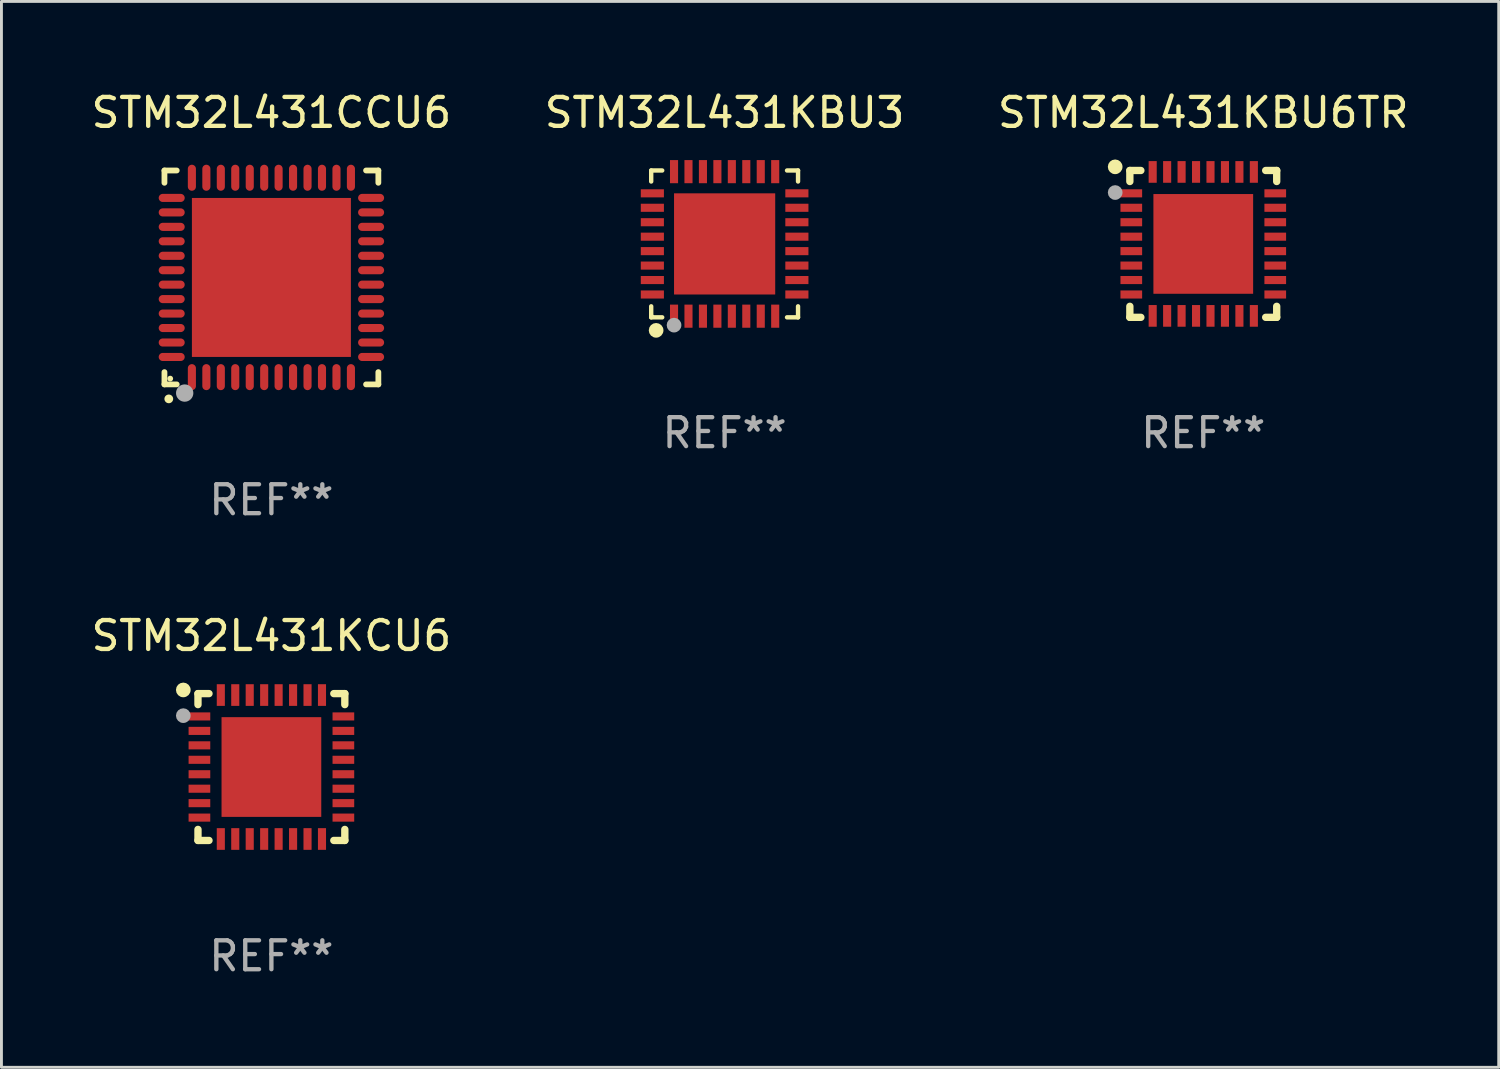
<source format=kicad_pcb>
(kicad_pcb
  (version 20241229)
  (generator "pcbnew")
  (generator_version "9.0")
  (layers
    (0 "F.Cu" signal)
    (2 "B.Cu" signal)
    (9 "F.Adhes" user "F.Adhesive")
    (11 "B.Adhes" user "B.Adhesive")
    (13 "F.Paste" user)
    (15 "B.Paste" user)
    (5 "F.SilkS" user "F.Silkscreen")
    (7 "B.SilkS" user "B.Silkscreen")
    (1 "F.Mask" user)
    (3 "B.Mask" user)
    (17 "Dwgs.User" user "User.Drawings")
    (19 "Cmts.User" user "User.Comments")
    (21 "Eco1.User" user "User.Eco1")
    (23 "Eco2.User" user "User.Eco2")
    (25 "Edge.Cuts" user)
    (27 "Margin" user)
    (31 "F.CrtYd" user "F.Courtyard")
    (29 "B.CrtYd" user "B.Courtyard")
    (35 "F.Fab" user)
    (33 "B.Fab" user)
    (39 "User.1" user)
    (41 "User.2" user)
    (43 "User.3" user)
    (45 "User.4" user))
  (footprint "STM32L431KBU3"
    (layer "F.Cu")
    (at 22.018 5.388)
    (property "Reference" "STM32L431KBU3" (at 0 -4.54 0) (layer "F.SilkS") (effects (font (size 1 1) (thickness 0.15))))
    (attr through_hole)
    (fp_line (start -2.54 -2.54) (end -2.159 -2.54) (stroke (width 0.152) (type solid)) (layer "F.SilkS"))
    (fp_line (start -2.54 -2.159) (end -2.54 -2.54) (stroke (width 0.152) (type solid)) (layer "F.SilkS"))
    (fp_line (start -2.54 2.54) (end -2.54 2.159) (stroke (width 0.152) (type solid)) (layer "F.SilkS"))
    (fp_line (start -2.159 2.54) (end -2.54 2.54) (stroke (width 0.152) (type solid)) (layer "F.SilkS"))
    (fp_line (start 2.159 -2.54) (end 2.54 -2.54) (stroke (width 0.152) (type solid)) (layer "F.SilkS"))
    (fp_line (start 2.54 -2.54) (end 2.54 -2.159) (stroke (width 0.152) (type solid)) (layer "F.SilkS"))
    (fp_line (start 2.54 2.159) (end 2.54 2.54) (stroke (width 0.152) (type solid)) (layer "F.SilkS"))
    (fp_line (start 2.54 2.54) (end 2.159 2.54) (stroke (width 0.152) (type solid)) (layer "F.SilkS"))
    (fp_circle (center -2.5 2.5) (end -2.47 2.5) (stroke (width 0.06) (type solid)) (fill no) (layer "F.SilkS"))
    (fp_circle (center -2.37 2.99) (end -2.243 2.99) (stroke (width 0.254) (type solid)) (fill no) (layer "F.SilkS"))
    (fp_circle (center -1.75 2.81) (end -1.623 2.81) (stroke (width 0.254) (type solid)) (fill no) (layer "F.Fab"))
    (fp_text user "REF**" (at 0 6.54 0) (layer "F.Fab") (effects (font (size 1 1) (thickness 0.15))))
    (pad "1" smd rect (at -1.75 2.5) (size 0.28 0.8) (layers "F.Cu" "F.Mask" "F.Paste"))
    (pad "2" smd rect (at -1.25 2.5) (size 0.28 0.8) (layers "F.Cu" "F.Mask" "F.Paste"))
    (pad "3" smd rect (at -0.75 2.5) (size 0.28 0.8) (layers "F.Cu" "F.Mask" "F.Paste"))
    (pad "4" smd rect (at -0.25 2.5) (size 0.28 0.8) (layers "F.Cu" "F.Mask" "F.Paste"))
    (pad "5" smd rect (at 0.25 2.5) (size 0.28 0.8) (layers "F.Cu" "F.Mask" "F.Paste"))
    (pad "6" smd rect (at 0.75 2.5) (size 0.28 0.8) (layers "F.Cu" "F.Mask" "F.Paste"))
    (pad "7" smd rect (at 1.25 2.5) (size 0.28 0.8) (layers "F.Cu" "F.Mask" "F.Paste"))
    (pad "8" smd rect (at 1.75 2.5) (size 0.28 0.8) (layers "F.Cu" "F.Mask" "F.Paste"))
    (pad "9" smd rect (at 2.5 1.75) (size 0.8 0.28) (layers "F.Cu" "F.Mask" "F.Paste"))
    (pad "10" smd rect (at 2.5 1.25) (size 0.8 0.28) (layers "F.Cu" "F.Mask" "F.Paste"))
    (pad "11" smd rect (at 2.5 0.75) (size 0.8 0.28) (layers "F.Cu" "F.Mask" "F.Paste"))
    (pad "12" smd rect (at 2.5 0.25) (size 0.8 0.28) (layers "F.Cu" "F.Mask" "F.Paste"))
    (pad "13" smd rect (at 2.5 -0.25) (size 0.8 0.28) (layers "F.Cu" "F.Mask" "F.Paste"))
    (pad "14" smd rect (at 2.5 -0.75) (size 0.8 0.28) (layers "F.Cu" "F.Mask" "F.Paste"))
    (pad "15" smd rect (at 2.5 -1.25) (size 0.8 0.28) (layers "F.Cu" "F.Mask" "F.Paste"))
    (pad "16" smd rect (at 2.5 -1.75) (size 0.8 0.28) (layers "F.Cu" "F.Mask" "F.Paste"))
    (pad "17" smd rect (at 1.75 -2.5) (size 0.28 0.8) (layers "F.Cu" "F.Mask" "F.Paste"))
    (pad "18" smd rect (at 1.25 -2.5) (size 0.28 0.8) (layers "F.Cu" "F.Mask" "F.Paste"))
    (pad "19" smd rect (at 0.75 -2.5) (size 0.28 0.8) (layers "F.Cu" "F.Mask" "F.Paste"))
    (pad "20" smd rect (at 0.25 -2.5) (size 0.28 0.8) (layers "F.Cu" "F.Mask" "F.Paste"))
    (pad "21" smd rect (at -0.25 -2.5) (size 0.28 0.8) (layers "F.Cu" "F.Mask" "F.Paste"))
    (pad "22" smd rect (at -0.75 -2.5) (size 0.28 0.8) (layers "F.Cu" "F.Mask" "F.Paste"))
    (pad "23" smd rect (at -1.25 -2.5) (size 0.28 0.8) (layers "F.Cu" "F.Mask" "F.Paste"))
    (pad "24" smd rect (at -1.75 -2.5) (size 0.28 0.8) (layers "F.Cu" "F.Mask" "F.Paste"))
    (pad "25" smd rect (at -2.5 -1.75) (size 0.8 0.28) (layers "F.Cu" "F.Mask" "F.Paste"))
    (pad "26" smd rect (at -2.5 -1.25) (size 0.8 0.28) (layers "F.Cu" "F.Mask" "F.Paste"))
    (pad "27" smd rect (at -2.5 -0.75) (size 0.8 0.28) (layers "F.Cu" "F.Mask" "F.Paste"))
    (pad "28" smd rect (at -2.5 -0.25) (size 0.8 0.28) (layers "F.Cu" "F.Mask" "F.Paste"))
    (pad "29" smd rect (at -2.5 0.25) (size 0.8 0.28) (layers "F.Cu" "F.Mask" "F.Paste"))
    (pad "30" smd rect (at -2.5 0.75) (size 0.8 0.28) (layers "F.Cu" "F.Mask" "F.Paste"))
    (pad "31" smd rect (at -2.5 1.25) (size 0.8 0.28) (layers "F.Cu" "F.Mask" "F.Paste"))
    (pad "32" smd rect (at -2.5 1.75) (size 0.8 0.28) (layers "F.Cu" "F.Mask" "F.Paste"))
    (pad "33" smd rect (at 0.000127 0.000127) (size 3.5 3.5) (layers "F.Cu" "F.Mask" "F.Paste")))
  (footprint "STM32L431KCU6"
    (layer "F.Cu")
    (at 6.339 23.485)
    (property "Reference" "STM32L431KCU6" (at 0 -4.54 0) (layer "F.SilkS") (effects (font (size 1 1) (thickness 0.15))))
    (attr through_hole)
    (fp_line (start -2.54 -2.54) (end -2.159 -2.54) (stroke (width 0.254) (type solid)) (layer "F.SilkS"))
    (fp_line (start -2.54 -2.159) (end -2.54 -2.54) (stroke (width 0.254) (type solid)) (layer "F.SilkS"))
    (fp_line (start -2.54 2.54) (end -2.54 2.159) (stroke (width 0.254) (type solid)) (layer "F.SilkS"))
    (fp_line (start -2.159 2.54) (end -2.54 2.54) (stroke (width 0.254) (type solid)) (layer "F.SilkS"))
    (fp_line (start 2.159 -2.54) (end 2.54 -2.54) (stroke (width 0.254) (type solid)) (layer "F.SilkS"))
    (fp_line (start 2.54 -2.54) (end 2.54 -2.159) (stroke (width 0.254) (type solid)) (layer "F.SilkS"))
    (fp_line (start 2.54 2.159) (end 2.54 2.54) (stroke (width 0.254) (type solid)) (layer "F.SilkS"))
    (fp_line (start 2.54 2.54) (end 2.159 2.54) (stroke (width 0.254) (type solid)) (layer "F.SilkS"))
    (fp_circle (center -3.048 -2.667) (end -2.921 -2.667) (stroke (width 0.254) (type solid)) (fill no) (layer "F.SilkS"))
    (fp_circle (center -2.5 -2.5) (end -2.47 -2.5) (stroke (width 0.06) (type solid)) (fill no) (layer "F.SilkS"))
    (fp_circle (center -3.048 -1.778) (end -2.921 -1.778) (stroke (width 0.254) (type solid)) (fill no) (layer "F.Fab"))
    (fp_text user "REF**" (at 0 6.54 0) (layer "F.Fab") (effects (font (size 1 1) (thickness 0.15))))
    (pad "1" smd rect (at -2.49 -1.75) (size 0.75 0.28) (layers "F.Cu" "F.Mask" "F.Paste"))
    (pad "2" smd rect (at -2.49 -1.25) (size 0.75 0.28) (layers "F.Cu" "F.Mask" "F.Paste"))
    (pad "3" smd rect (at -2.49 -0.75) (size 0.75 0.28) (layers "F.Cu" "F.Mask" "F.Paste"))
    (pad "4" smd rect (at -2.49 -0.25) (size 0.75 0.28) (layers "F.Cu" "F.Mask" "F.Paste"))
    (pad "5" smd rect (at -2.49 0.25) (size 0.75 0.28) (layers "F.Cu" "F.Mask" "F.Paste"))
    (pad "6" smd rect (at -2.49 0.75) (size 0.75 0.28) (layers "F.Cu" "F.Mask" "F.Paste"))
    (pad "7" smd rect (at -2.49 1.25) (size 0.75 0.28) (layers "F.Cu" "F.Mask" "F.Paste"))
    (pad "8" smd rect (at -2.49 1.75) (size 0.75 0.28) (layers "F.Cu" "F.Mask" "F.Paste"))
    (pad "9" smd rect (at -1.75 2.49) (size 0.28 0.75) (layers "F.Cu" "F.Mask" "F.Paste"))
    (pad "10" smd rect (at -1.25 2.49) (size 0.28 0.75) (layers "F.Cu" "F.Mask" "F.Paste"))
    (pad "11" smd rect (at -0.75 2.49) (size 0.28 0.75) (layers "F.Cu" "F.Mask" "F.Paste"))
    (pad "12" smd rect (at -0.25 2.49) (size 0.28 0.75) (layers "F.Cu" "F.Mask" "F.Paste"))
    (pad "13" smd rect (at 0.25 2.49) (size 0.28 0.75) (layers "F.Cu" "F.Mask" "F.Paste"))
    (pad "14" smd rect (at 0.75 2.49) (size 0.28 0.75) (layers "F.Cu" "F.Mask" "F.Paste"))
    (pad "15" smd rect (at 1.25 2.49) (size 0.28 0.75) (layers "F.Cu" "F.Mask" "F.Paste"))
    (pad "16" smd rect (at 1.75 2.49) (size 0.28 0.75) (layers "F.Cu" "F.Mask" "F.Paste"))
    (pad "17" smd rect (at 2.49 1.75) (size 0.75 0.28) (layers "F.Cu" "F.Mask" "F.Paste"))
    (pad "18" smd rect (at 2.49 1.25) (size 0.75 0.28) (layers "F.Cu" "F.Mask" "F.Paste"))
    (pad "19" smd rect (at 2.49 0.75) (size 0.75 0.28) (layers "F.Cu" "F.Mask" "F.Paste"))
    (pad "20" smd rect (at 2.49 0.25) (size 0.75 0.28) (layers "F.Cu" "F.Mask" "F.Paste"))
    (pad "21" smd rect (at 2.49 -0.25) (size 0.75 0.28) (layers "F.Cu" "F.Mask" "F.Paste"))
    (pad "22" smd rect (at 2.49 -0.75) (size 0.75 0.28) (layers "F.Cu" "F.Mask" "F.Paste"))
    (pad "23" smd rect (at 2.49 -1.25) (size 0.75 0.28) (layers "F.Cu" "F.Mask" "F.Paste"))
    (pad "24" smd rect (at 2.49 -1.75) (size 0.75 0.28) (layers "F.Cu" "F.Mask" "F.Paste"))
    (pad "25" smd rect (at 1.75 -2.49) (size 0.28 0.75) (layers "F.Cu" "F.Mask" "F.Paste"))
    (pad "26" smd rect (at 1.25 -2.49) (size 0.28 0.75) (layers "F.Cu" "F.Mask" "F.Paste"))
    (pad "27" smd rect (at 0.75 -2.49) (size 0.28 0.75) (layers "F.Cu" "F.Mask" "F.Paste"))
    (pad "28" smd rect (at 0.25 -2.49) (size 0.28 0.75) (layers "F.Cu" "F.Mask" "F.Paste"))
    (pad "29" smd rect (at -0.25 -2.49) (size 0.28 0.75) (layers "F.Cu" "F.Mask" "F.Paste"))
    (pad "30" smd rect (at -0.75 -2.49) (size 0.28 0.75) (layers "F.Cu" "F.Mask" "F.Paste"))
    (pad "31" smd rect (at -1.25 -2.49) (size 0.28 0.75) (layers "F.Cu" "F.Mask" "F.Paste"))
    (pad "32" smd rect (at -1.75 -2.49) (size 0.28 0.75) (layers "F.Cu" "F.Mask" "F.Paste"))
    (pad "33" smd rect (at 0 0) (size 3.45 3.45) (layers "F.Cu" "F.Mask" "F.Paste")))
  (footprint "STM32L431CCU6"
    (layer "F.Cu")
    (at 6.339 6.548)
    (property "Reference" "STM32L431CCU6" (at 0 -5.7 0) (layer "F.SilkS") (effects (font (size 1 1) (thickness 0.15))))
    (attr through_hole)
    (fp_line (start -3.7 -3.7) (end -3.275 -3.7) (stroke (width 0.2) (type solid)) (layer "F.SilkS"))
    (fp_line (start -3.7 -3.275) (end -3.7 -3.7) (stroke (width 0.2) (type solid)) (layer "F.SilkS"))
    (fp_line (start -3.7 3.7) (end -3.7 3.275) (stroke (width 0.2) (type solid)) (layer "F.SilkS"))
    (fp_line (start -3.275 3.7) (end -3.7 3.7) (stroke (width 0.2) (type solid)) (layer "F.SilkS"))
    (fp_line (start 3.7 -3.7) (end 3.275 -3.7) (stroke (width 0.2) (type solid)) (layer "F.SilkS"))
    (fp_line (start 3.7 -3.275) (end 3.7 -3.7) (stroke (width 0.2) (type solid)) (layer "F.SilkS"))
    (fp_line (start 3.7 3.275) (end 3.7 3.7) (stroke (width 0.2) (type solid)) (layer "F.SilkS"))
    (fp_line (start 3.7 3.7) (end 3.275 3.7) (stroke (width 0.2) (type solid)) (layer "F.SilkS"))
    (fp_arc (start -3.550927 4.201168) (mid -3.549657 4.201163) (end -3.548387 4.201168) (stroke (width 0.3) (type solid)) (layer "F.SilkS"))
    (fp_circle (center -3.5 3.5) (end -3.45 3.5) (stroke (width 0.1) (type solid)) (fill no) (layer "F.SilkS"))
    (fp_circle (center -3 4) (end -2.85 4) (stroke (width 0.3) (type solid)) (fill no) (layer "F.Fab"))
    (fp_text user "REF**" (at 0 7.7 0) (layer "F.Fab") (effects (font (size 1 1) (thickness 0.15))))
    (pad "1" smd oval (at -2.751 3.449) (size 0.28 0.9) (layers "F.Cu" "F.Mask" "F.Paste"))
    (pad "2" smd oval (at -2.25 3.449) (size 0.28 0.9) (layers "F.Cu" "F.Mask" "F.Paste"))
    (pad "3" smd oval (at -1.75 3.449) (size 0.28 0.9) (layers "F.Cu" "F.Mask" "F.Paste"))
    (pad "4" smd oval (at -1.25 3.449) (size 0.28 0.9) (layers "F.Cu" "F.Mask" "F.Paste"))
    (pad "5" smd oval (at -0.749 3.449) (size 0.28 0.9) (layers "F.Cu" "F.Mask" "F.Paste"))
    (pad "6" smd oval (at -0.249 3.449) (size 0.28 0.9) (layers "F.Cu" "F.Mask" "F.Paste"))
    (pad "7" smd oval (at 0.249 3.449) (size 0.28 0.9) (layers "F.Cu" "F.Mask" "F.Paste"))
    (pad "8" smd oval (at 0.749 3.449) (size 0.28 0.9) (layers "F.Cu" "F.Mask" "F.Paste"))
    (pad "9" smd oval (at 1.25 3.449) (size 0.28 0.9) (layers "F.Cu" "F.Mask" "F.Paste"))
    (pad "10" smd oval (at 1.75 3.449) (size 0.28 0.9) (layers "F.Cu" "F.Mask" "F.Paste"))
    (pad "11" smd oval (at 2.251 3.449) (size 0.28 0.9) (layers "F.Cu" "F.Mask" "F.Paste"))
    (pad "12" smd oval (at 2.751 3.449) (size 0.28 0.9) (layers "F.Cu" "F.Mask" "F.Paste"))
    (pad "13" smd oval (at 3.449 2.751) (size 0.9 0.28) (layers "F.Cu" "F.Mask" "F.Paste"))
    (pad "14" smd oval (at 3.449 2.251) (size 0.9 0.28) (layers "F.Cu" "F.Mask" "F.Paste"))
    (pad "15" smd oval (at 3.449 1.75) (size 0.9 0.28) (layers "F.Cu" "F.Mask" "F.Paste"))
    (pad "16" smd oval (at 3.449 1.25) (size 0.9 0.28) (layers "F.Cu" "F.Mask" "F.Paste"))
    (pad "17" smd oval (at 3.449 0.749) (size 0.9 0.28) (layers "F.Cu" "F.Mask" "F.Paste"))
    (pad "18" smd oval (at 3.449 0.249) (size 0.9 0.28) (layers "F.Cu" "F.Mask" "F.Paste"))
    (pad "19" smd oval (at 3.449 -0.249) (size 0.9 0.28) (layers "F.Cu" "F.Mask" "F.Paste"))
    (pad "20" smd oval (at 3.449 -0.749) (size 0.9 0.28) (layers "F.Cu" "F.Mask" "F.Paste"))
    (pad "21" smd oval (at 3.449 -1.25) (size 0.9 0.28) (layers "F.Cu" "F.Mask" "F.Paste"))
    (pad "22" smd oval (at 3.449 -1.75) (size 0.9 0.28) (layers "F.Cu" "F.Mask" "F.Paste"))
    (pad "23" smd oval (at 3.449 -2.25) (size 0.9 0.28) (layers "F.Cu" "F.Mask" "F.Paste"))
    (pad "24" smd oval (at 3.449 -2.751) (size 0.9 0.28) (layers "F.Cu" "F.Mask" "F.Paste"))
    (pad "25" smd oval (at 2.751 -3.449) (size 0.28 0.9) (layers "F.Cu" "F.Mask" "F.Paste"))
    (pad "26" smd oval (at 2.251 -3.449) (size 0.28 0.9) (layers "F.Cu" "F.Mask" "F.Paste"))
    (pad "27" smd oval (at 1.75 -3.449) (size 0.28 0.9) (layers "F.Cu" "F.Mask" "F.Paste"))
    (pad "28" smd oval (at 1.25 -3.449) (size 0.28 0.9) (layers "F.Cu" "F.Mask" "F.Paste"))
    (pad "29" smd oval (at 0.749 -3.449) (size 0.28 0.9) (layers "F.Cu" "F.Mask" "F.Paste"))
    (pad "30" smd oval (at 0.249 -3.449) (size 0.28 0.9) (layers "F.Cu" "F.Mask" "F.Paste"))
    (pad "31" smd oval (at -0.249 -3.449) (size 0.28 0.9) (layers "F.Cu" "F.Mask" "F.Paste"))
    (pad "32" smd oval (at -0.749 -3.449) (size 0.28 0.9) (layers "F.Cu" "F.Mask" "F.Paste"))
    (pad "33" smd oval (at -1.25 -3.449) (size 0.28 0.9) (layers "F.Cu" "F.Mask" "F.Paste"))
    (pad "34" smd oval (at -1.75 -3.449) (size 0.28 0.9) (layers "F.Cu" "F.Mask" "F.Paste"))
    (pad "35" smd oval (at -2.25 -3.449) (size 0.28 0.9) (layers "F.Cu" "F.Mask" "F.Paste"))
    (pad "36" smd oval (at -2.751 -3.449) (size 0.28 0.9) (layers "F.Cu" "F.Mask" "F.Paste"))
    (pad "37" smd oval (at -3.449 -2.751) (size 0.9 0.28) (layers "F.Cu" "F.Mask" "F.Paste"))
    (pad "38" smd oval (at -3.449 -2.25) (size 0.9 0.28) (layers "F.Cu" "F.Mask" "F.Paste"))
    (pad "39" smd oval (at -3.449 -1.75) (size 0.9 0.28) (layers "F.Cu" "F.Mask" "F.Paste"))
    (pad "40" smd oval (at -3.449 -1.25) (size 0.9 0.28) (layers "F.Cu" "F.Mask" "F.Paste"))
    (pad "41" smd oval (at -3.449 -0.749) (size 0.9 0.28) (layers "F.Cu" "F.Mask" "F.Paste"))
    (pad "42" smd oval (at -3.449 -0.249) (size 0.9 0.28) (layers "F.Cu" "F.Mask" "F.Paste"))
    (pad "43" smd oval (at -3.449 0.249) (size 0.9 0.28) (layers "F.Cu" "F.Mask" "F.Paste"))
    (pad "44" smd oval (at -3.449 0.749) (size 0.9 0.28) (layers "F.Cu" "F.Mask" "F.Paste"))
    (pad "45" smd oval (at -3.449 1.25) (size 0.9 0.28) (layers "F.Cu" "F.Mask" "F.Paste"))
    (pad "46" smd oval (at -3.449 1.75) (size 0.9 0.28) (layers "F.Cu" "F.Mask" "F.Paste"))
    (pad "47" smd oval (at -3.449 2.251) (size 0.9 0.28) (layers "F.Cu" "F.Mask" "F.Paste"))
    (pad "48" smd oval (at -3.449 2.751) (size 0.9 0.28) (layers "F.Cu" "F.Mask" "F.Paste"))
    (pad "49" smd rect (at 0.000076 0.000076) (size 5.5 5.5) (layers "F.Cu" "F.Mask" "F.Paste")))
  (footprint "STM32L431KBU6TR"
    (layer "F.Cu")
    (at 38.577 5.388)
    (property "Reference" "STM32L431KBU6TR" (at 0 -4.54 0) (layer "F.SilkS") (effects (font (size 1 1) (thickness 0.15))))
    (attr through_hole)
    (fp_line (start -2.54 -2.54) (end -2.159 -2.54) (stroke (width 0.254) (type solid)) (layer "F.SilkS"))
    (fp_line (start -2.54 -2.159) (end -2.54 -2.54) (stroke (width 0.254) (type solid)) (layer "F.SilkS"))
    (fp_line (start -2.54 2.54) (end -2.54 2.159) (stroke (width 0.254) (type solid)) (layer "F.SilkS"))
    (fp_line (start -2.159 2.54) (end -2.54 2.54) (stroke (width 0.254) (type solid)) (layer "F.SilkS"))
    (fp_line (start 2.159 -2.54) (end 2.54 -2.54) (stroke (width 0.254) (type solid)) (layer "F.SilkS"))
    (fp_line (start 2.54 -2.54) (end 2.54 -2.159) (stroke (width 0.254) (type solid)) (layer "F.SilkS"))
    (fp_line (start 2.54 2.159) (end 2.54 2.54) (stroke (width 0.254) (type solid)) (layer "F.SilkS"))
    (fp_line (start 2.54 2.54) (end 2.159 2.54) (stroke (width 0.254) (type solid)) (layer "F.SilkS"))
    (fp_circle (center -3.048 -2.667) (end -2.921 -2.667) (stroke (width 0.254) (type solid)) (fill no) (layer "F.SilkS"))
    (fp_circle (center -2.5 -2.5) (end -2.47 -2.5) (stroke (width 0.06) (type solid)) (fill no) (layer "F.SilkS"))
    (fp_circle (center -3.048 -1.778) (end -2.921 -1.778) (stroke (width 0.254) (type solid)) (fill no) (layer "F.Fab"))
    (fp_text user "REF**" (at 0 6.54 0) (layer "F.Fab") (effects (font (size 1 1) (thickness 0.15))))
    (pad "1" smd rect (at -2.49 -1.75) (size 0.75 0.28) (layers "F.Cu" "F.Mask" "F.Paste"))
    (pad "2" smd rect (at -2.49 -1.25) (size 0.75 0.28) (layers "F.Cu" "F.Mask" "F.Paste"))
    (pad "3" smd rect (at -2.49 -0.75) (size 0.75 0.28) (layers "F.Cu" "F.Mask" "F.Paste"))
    (pad "4" smd rect (at -2.49 -0.25) (size 0.75 0.28) (layers "F.Cu" "F.Mask" "F.Paste"))
    (pad "5" smd rect (at -2.49 0.25) (size 0.75 0.28) (layers "F.Cu" "F.Mask" "F.Paste"))
    (pad "6" smd rect (at -2.49 0.75) (size 0.75 0.28) (layers "F.Cu" "F.Mask" "F.Paste"))
    (pad "7" smd rect (at -2.49 1.25) (size 0.75 0.28) (layers "F.Cu" "F.Mask" "F.Paste"))
    (pad "8" smd rect (at -2.49 1.75) (size 0.75 0.28) (layers "F.Cu" "F.Mask" "F.Paste"))
    (pad "9" smd rect (at -1.75 2.49) (size 0.28 0.75) (layers "F.Cu" "F.Mask" "F.Paste"))
    (pad "10" smd rect (at -1.25 2.49) (size 0.28 0.75) (layers "F.Cu" "F.Mask" "F.Paste"))
    (pad "11" smd rect (at -0.75 2.49) (size 0.28 0.75) (layers "F.Cu" "F.Mask" "F.Paste"))
    (pad "12" smd rect (at -0.25 2.49) (size 0.28 0.75) (layers "F.Cu" "F.Mask" "F.Paste"))
    (pad "13" smd rect (at 0.25 2.49) (size 0.28 0.75) (layers "F.Cu" "F.Mask" "F.Paste"))
    (pad "14" smd rect (at 0.75 2.49) (size 0.28 0.75) (layers "F.Cu" "F.Mask" "F.Paste"))
    (pad "15" smd rect (at 1.25 2.49) (size 0.28 0.75) (layers "F.Cu" "F.Mask" "F.Paste"))
    (pad "16" smd rect (at 1.75 2.49) (size 0.28 0.75) (layers "F.Cu" "F.Mask" "F.Paste"))
    (pad "17" smd rect (at 2.49 1.75) (size 0.75 0.28) (layers "F.Cu" "F.Mask" "F.Paste"))
    (pad "18" smd rect (at 2.49 1.25) (size 0.75 0.28) (layers "F.Cu" "F.Mask" "F.Paste"))
    (pad "19" smd rect (at 2.49 0.75) (size 0.75 0.28) (layers "F.Cu" "F.Mask" "F.Paste"))
    (pad "20" smd rect (at 2.49 0.25) (size 0.75 0.28) (layers "F.Cu" "F.Mask" "F.Paste"))
    (pad "21" smd rect (at 2.49 -0.25) (size 0.75 0.28) (layers "F.Cu" "F.Mask" "F.Paste"))
    (pad "22" smd rect (at 2.49 -0.75) (size 0.75 0.28) (layers "F.Cu" "F.Mask" "F.Paste"))
    (pad "23" smd rect (at 2.49 -1.25) (size 0.75 0.28) (layers "F.Cu" "F.Mask" "F.Paste"))
    (pad "24" smd rect (at 2.49 -1.75) (size 0.75 0.28) (layers "F.Cu" "F.Mask" "F.Paste"))
    (pad "25" smd rect (at 1.75 -2.49) (size 0.28 0.75) (layers "F.Cu" "F.Mask" "F.Paste"))
    (pad "26" smd rect (at 1.25 -2.49) (size 0.28 0.75) (layers "F.Cu" "F.Mask" "F.Paste"))
    (pad "27" smd rect (at 0.75 -2.49) (size 0.28 0.75) (layers "F.Cu" "F.Mask" "F.Paste"))
    (pad "28" smd rect (at 0.25 -2.49) (size 0.28 0.75) (layers "F.Cu" "F.Mask" "F.Paste"))
    (pad "29" smd rect (at -0.25 -2.49) (size 0.28 0.75) (layers "F.Cu" "F.Mask" "F.Paste"))
    (pad "30" smd rect (at -0.75 -2.49) (size 0.28 0.75) (layers "F.Cu" "F.Mask" "F.Paste"))
    (pad "31" smd rect (at -1.25 -2.49) (size 0.28 0.75) (layers "F.Cu" "F.Mask" "F.Paste"))
    (pad "32" smd rect (at -1.75 -2.49) (size 0.28 0.75) (layers "F.Cu" "F.Mask" "F.Paste"))
    (pad "33" smd rect (at 0 0) (size 3.45 3.45) (layers "F.Cu" "F.Mask" "F.Paste")))
  (gr_rect
    (start -3 -3)
    (end 48.798 33.873)
    (stroke (width 0.1) (type default))
    (fill no)
    (layer "Edge.Cuts")))
</source>
